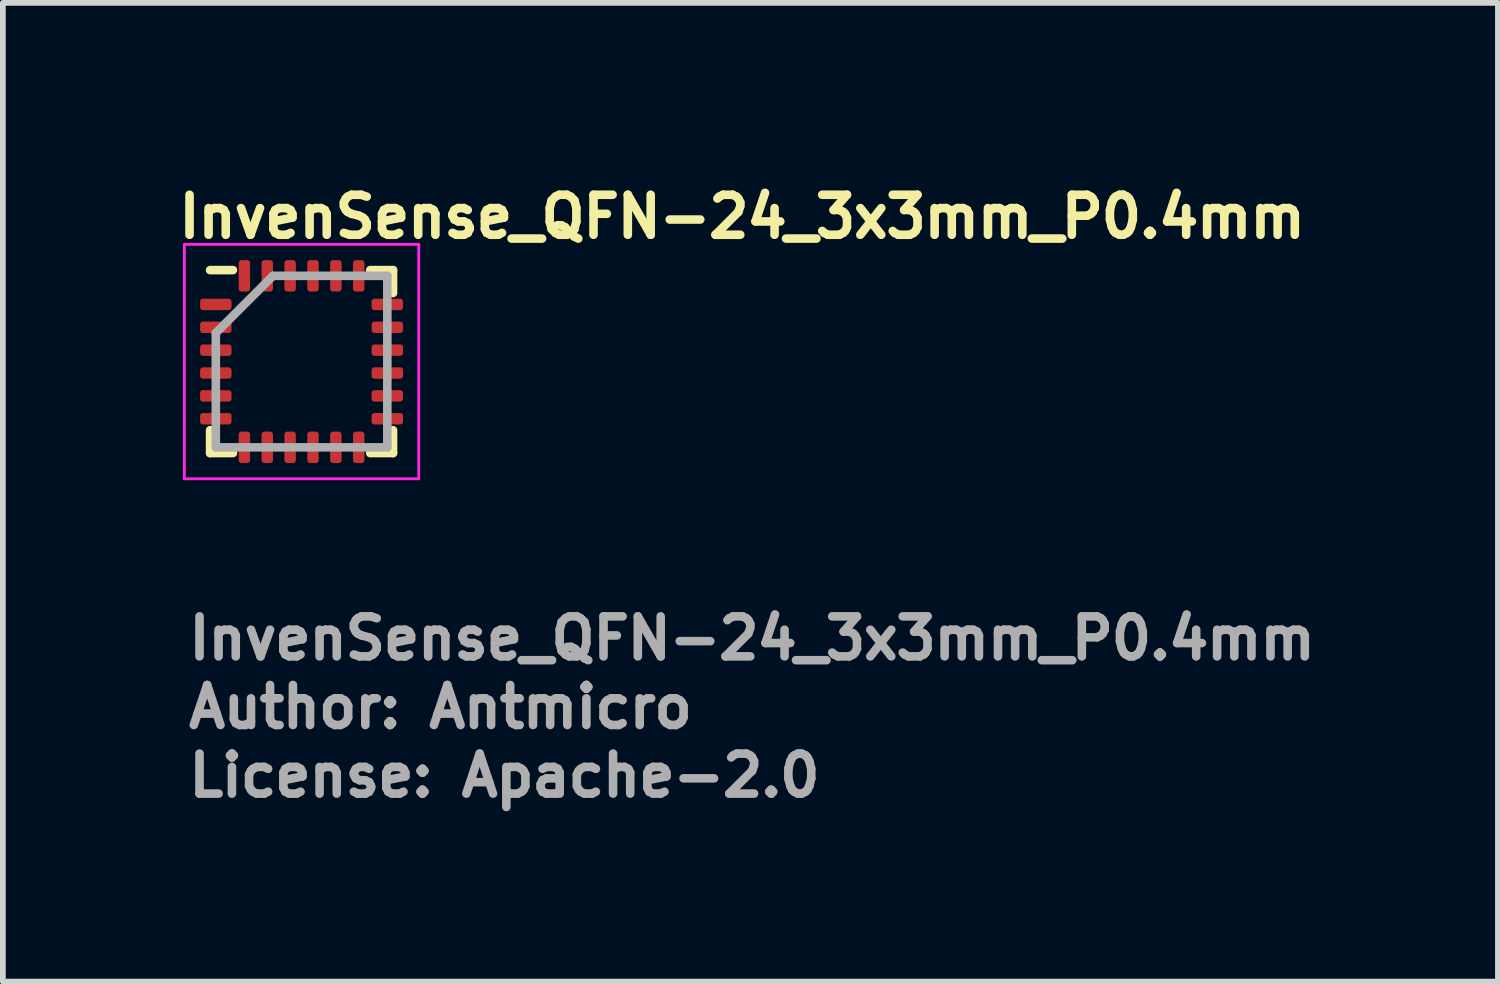
<source format=kicad_pcb>
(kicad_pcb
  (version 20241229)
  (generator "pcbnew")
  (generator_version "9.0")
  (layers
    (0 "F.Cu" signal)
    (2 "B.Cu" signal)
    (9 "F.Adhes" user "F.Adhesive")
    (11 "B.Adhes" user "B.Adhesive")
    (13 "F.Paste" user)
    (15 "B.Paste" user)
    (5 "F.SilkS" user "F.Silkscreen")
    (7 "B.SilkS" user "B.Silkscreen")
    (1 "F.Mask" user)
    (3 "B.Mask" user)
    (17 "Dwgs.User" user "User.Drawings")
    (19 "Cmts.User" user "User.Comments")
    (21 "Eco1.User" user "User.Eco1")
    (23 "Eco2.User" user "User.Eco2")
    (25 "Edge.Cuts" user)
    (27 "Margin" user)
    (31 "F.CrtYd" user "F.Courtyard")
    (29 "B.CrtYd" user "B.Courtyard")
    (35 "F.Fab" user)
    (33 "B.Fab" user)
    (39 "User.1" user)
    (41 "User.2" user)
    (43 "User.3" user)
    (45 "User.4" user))
  (footprint "InvenSense_QFN-24_3x3mm_P0.4mm"
    (layer "F.Cu")
    (at 2.225 3.275)
    (property "Reference" "InvenSense_QFN-24_3x3mm_P0.4mm" (at -2.225 -2.125 0) (layer "F.SilkS") (effects (font (size 0.7 0.7) (thickness 0.15)) (justify left bottom)))
    (attr smd)
    (fp_line (start -1.6 -1.6) (end -1.2 -1.6) (stroke (width 0.15) (type solid)) (layer "F.SilkS"))
    (fp_line (start -1.6 1.6) (end -1.6 1.2) (stroke (width 0.15) (type solid)) (layer "F.SilkS"))
    (fp_line (start -1.6 1.6) (end -1.2 1.6) (stroke (width 0.15) (type solid)) (layer "F.SilkS"))
    (fp_line (start 1.6 -1.6) (end 1.2 -1.6) (stroke (width 0.15) (type solid)) (layer "F.SilkS"))
    (fp_line (start 1.6 -1.6) (end 1.6 -1.2) (stroke (width 0.15) (type solid)) (layer "F.SilkS"))
    (fp_line (start 1.6 1.6) (end 1.2 1.6) (stroke (width 0.15) (type solid)) (layer "F.SilkS"))
    (fp_line (start 1.6 1.6) (end 1.6 1.2) (stroke (width 0.15) (type solid)) (layer "F.SilkS"))
    (fp_line (start -2.05 -2.05) (end 2.05 -2.05) (stroke (width 0.05) (type solid)) (layer "F.CrtYd"))
    (fp_line (start -2.05 2.05) (end -2.05 -2.05) (stroke (width 0.05) (type solid)) (layer "F.CrtYd"))
    (fp_line (start 2.05 -2.05) (end 2.05 2.05) (stroke (width 0.05) (type solid)) (layer "F.CrtYd"))
    (fp_line (start 2.05 2.05) (end -2.05 2.05) (stroke (width 0.05) (type solid)) (layer "F.CrtYd"))
    (fp_line (start -1.5 -0.5) (end -0.5 -1.5) (stroke (width 0.15) (type solid)) (layer "F.Fab"))
    (fp_line (start -1.5 1.5) (end -1.5 -0.5) (stroke (width 0.15) (type solid)) (layer "F.Fab"))
    (fp_line (start -0.5 -1.5) (end 1.5 -1.5) (stroke (width 0.15) (type solid)) (layer "F.Fab"))
    (fp_line (start 1.5 -1.5) (end 1.5 1.5) (stroke (width 0.15) (type solid)) (layer "F.Fab"))
    (fp_line (start 1.5 1.5) (end -1.5 1.5) (stroke (width 0.15) (type solid)) (layer "F.Fab"))
    (fp_rect (start -1.5 -1.5) (end 1.5 1.5) (stroke (width 0.05) (type default)) (fill no) (layer "User.5"))
    (fp_rect (start -1.5 -1.5) (end 1.5 1.5) (stroke (width 0.02) (type default)) (fill no) (layer "User.9"))
    (fp_text user "License: Apache-2.0" (at -2.05 7.65 0) (layer "F.Fab") (effects (font (size 0.7 0.7) (thickness 0.15)) (justify left bottom)))
    (fp_text user "Author: Antmicro" (at -2.05 6.45 0) (layer "F.Fab") (effects (font (size 0.7 0.7) (thickness 0.15)) (justify left bottom)))
    (fp_text user "${REFERENCE}" (at -2.05 5.25 0) (layer "F.Fab") (effects (font (size 0.7 0.7) (thickness 0.15)) (justify left bottom)))
    (pad "1" smd roundrect (at -1.5 -1) (size 0.55 0.2) (layers "F.Cu" "F.Mask" "F.Paste") (roundrect_rratio 0.25))
    (pad "2" smd roundrect (at -1.5 -0.6) (size 0.55 0.2) (layers "F.Cu" "F.Mask" "F.Paste") (roundrect_rratio 0.25))
    (pad "3" smd roundrect (at -1.5 -0.2) (size 0.55 0.2) (layers "F.Cu" "F.Mask" "F.Paste") (roundrect_rratio 0.25))
    (pad "4" smd roundrect (at -1.5 0.2) (size 0.55 0.2) (layers "F.Cu" "F.Mask" "F.Paste") (roundrect_rratio 0.25))
    (pad "5" smd roundrect (at -1.5 0.6) (size 0.55 0.2) (layers "F.Cu" "F.Mask" "F.Paste") (roundrect_rratio 0.25))
    (pad "6" smd roundrect (at -1.5 1) (size 0.55 0.2) (layers "F.Cu" "F.Mask" "F.Paste") (roundrect_rratio 0.25))
    (pad "7" smd roundrect (at -1 1.5 90) (size 0.55 0.2) (layers "F.Cu" "F.Mask" "F.Paste") (roundrect_rratio 0.25))
    (pad "8" smd roundrect (at -0.6 1.5 90) (size 0.55 0.2) (layers "F.Cu" "F.Mask" "F.Paste") (roundrect_rratio 0.25))
    (pad "9" smd roundrect (at -0.2 1.5 90) (size 0.55 0.2) (layers "F.Cu" "F.Mask" "F.Paste") (roundrect_rratio 0.25))
    (pad "10" smd roundrect (at 0.2 1.5 90) (size 0.55 0.2) (layers "F.Cu" "F.Mask" "F.Paste") (roundrect_rratio 0.25))
    (pad "11" smd roundrect (at 0.6 1.5 90) (size 0.55 0.2) (layers "F.Cu" "F.Mask" "F.Paste") (roundrect_rratio 0.25))
    (pad "12" smd roundrect (at 1 1.5 90) (size 0.55 0.2) (layers "F.Cu" "F.Mask" "F.Paste") (roundrect_rratio 0.25))
    (pad "13" smd roundrect (at 1.5 1) (size 0.55 0.2) (layers "F.Cu" "F.Mask" "F.Paste") (roundrect_rratio 0.25))
    (pad "14" smd roundrect (at 1.5 0.6) (size 0.55 0.2) (layers "F.Cu" "F.Mask" "F.Paste") (roundrect_rratio 0.25))
    (pad "15" smd roundrect (at 1.5 0.2) (size 0.55 0.2) (layers "F.Cu" "F.Mask" "F.Paste") (roundrect_rratio 0.25))
    (pad "16" smd roundrect (at 1.5 -0.2) (size 0.55 0.2) (layers "F.Cu" "F.Mask" "F.Paste") (roundrect_rratio 0.25))
    (pad "17" smd roundrect (at 1.5 -0.6) (size 0.55 0.2) (layers "F.Cu" "F.Mask" "F.Paste") (roundrect_rratio 0.25))
    (pad "18" smd roundrect (at 1.5 -1) (size 0.55 0.2) (layers "F.Cu" "F.Mask" "F.Paste") (roundrect_rratio 0.25))
    (pad "19" smd roundrect (at 1 -1.5 90) (size 0.55 0.2) (layers "F.Cu" "F.Mask" "F.Paste") (roundrect_rratio 0.25))
    (pad "20" smd roundrect (at 0.6 -1.5 90) (size 0.55 0.2) (layers "F.Cu" "F.Mask" "F.Paste") (roundrect_rratio 0.25))
    (pad "21" smd roundrect (at 0.2 -1.5 90) (size 0.55 0.2) (layers "F.Cu" "F.Mask" "F.Paste") (roundrect_rratio 0.25))
    (pad "22" smd roundrect (at -0.2 -1.5 90) (size 0.55 0.2) (layers "F.Cu" "F.Mask" "F.Paste") (roundrect_rratio 0.25))
    (pad "23" smd roundrect (at -0.6 -1.5 90) (size 0.55 0.2) (layers "F.Cu" "F.Mask" "F.Paste") (roundrect_rratio 0.25))
    (pad "24" smd roundrect (at -1 -1.5 90) (size 0.55 0.2) (layers "F.Cu" "F.Mask" "F.Paste") (roundrect_rratio 0.25))
    (zone (net_name "") (layer "F.Cu") (name "KEEPOUT") (hatch edge 0.5) (connect_pads) (min_thickness 0.25) (filled_areas_thickness no) (keepout (tracks not_allowed) (vias not_allowed) (pads not_allowed) (copperpour not_allowed) (footprints allowed)) (placement (enabled no)) (fill) (polygon (pts (xy 3.15 2.425) (xy 3.15 4.125) (xy 1.3 4.125) (xy 1.3 2.425)))))
  (gr_rect
    (start -3 -3)
    (end 23.152 14.12)
    (stroke (width 0.1) (type default))
    (fill no)
    (layer "Edge.Cuts")))
</source>
